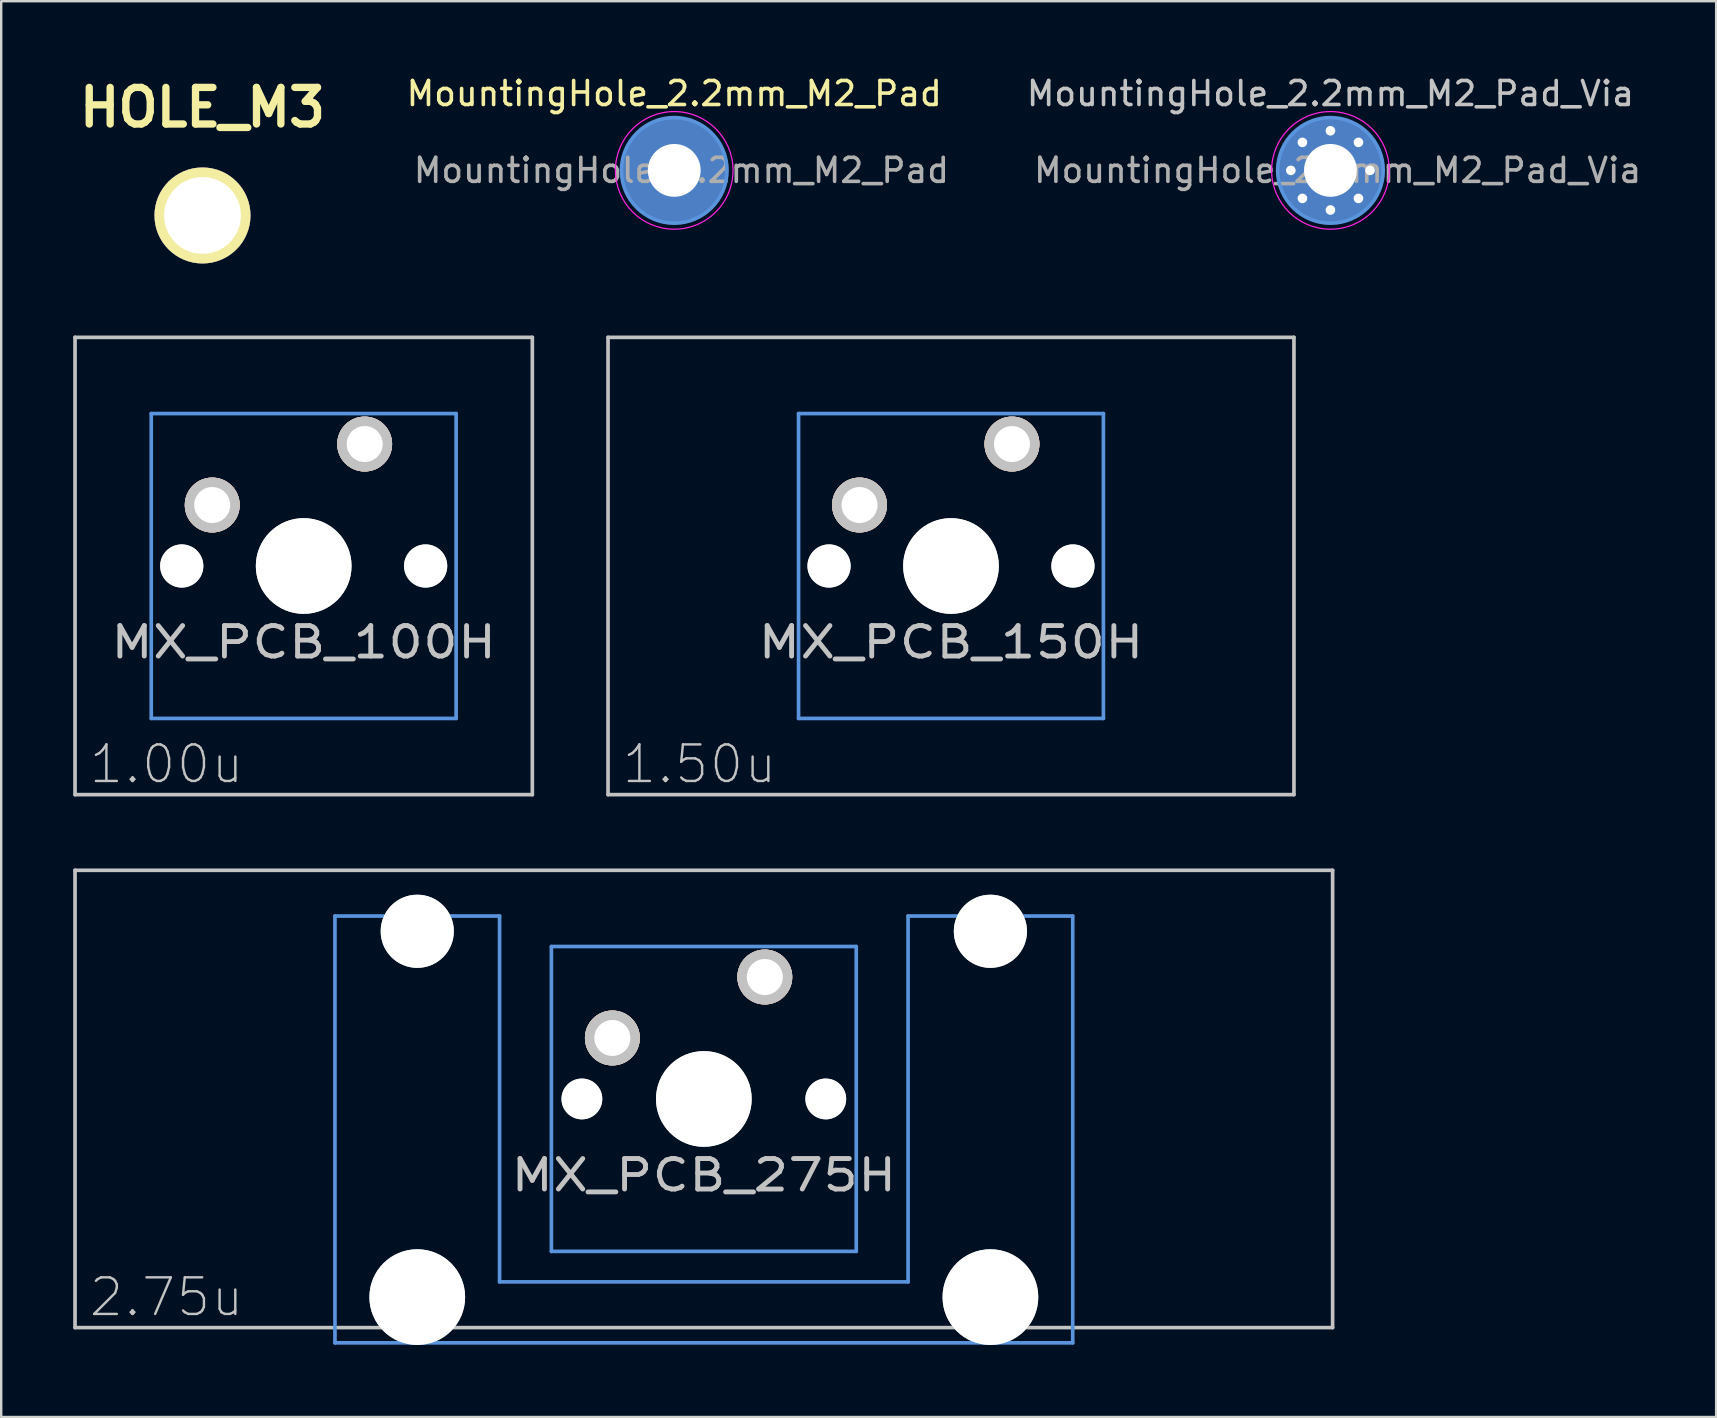
<source format=kicad_pcb>
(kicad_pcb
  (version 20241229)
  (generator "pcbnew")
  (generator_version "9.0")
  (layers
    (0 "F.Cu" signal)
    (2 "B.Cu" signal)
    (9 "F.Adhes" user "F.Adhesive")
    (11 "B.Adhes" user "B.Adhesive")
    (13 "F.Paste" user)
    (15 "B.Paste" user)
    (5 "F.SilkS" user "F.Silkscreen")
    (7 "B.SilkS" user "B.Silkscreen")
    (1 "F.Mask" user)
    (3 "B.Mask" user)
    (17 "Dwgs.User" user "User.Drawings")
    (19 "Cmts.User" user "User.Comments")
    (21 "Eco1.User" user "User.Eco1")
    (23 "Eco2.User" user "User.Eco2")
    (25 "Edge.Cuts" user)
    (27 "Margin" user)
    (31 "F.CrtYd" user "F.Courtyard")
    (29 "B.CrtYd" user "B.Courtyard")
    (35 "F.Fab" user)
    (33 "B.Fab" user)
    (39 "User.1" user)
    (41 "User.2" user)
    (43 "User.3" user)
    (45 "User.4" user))
  (footprint "MX_PCB_150H"
    (layer "F.Cu")
    (at 36.566 20.528)
    (property "Reference" "MX_PCB_150H" (at 0 3.175 0) (layer "Dwgs.User") (effects (font (size 1.27 1.524) (thickness 0.203))))
    (attr through_hole)
    (fp_line (start -14.287 -9.525) (end 14.287 -9.525) (stroke (width 0.152) (type solid)) (layer "Dwgs.User"))
    (fp_line (start -14.287 9.525) (end -14.287 -9.525) (stroke (width 0.152) (type solid)) (layer "Dwgs.User"))
    (fp_line (start 14.287 -9.525) (end 14.287 9.525) (stroke (width 0.152) (type solid)) (layer "Dwgs.User"))
    (fp_line (start 14.287 9.525) (end -14.287 9.525) (stroke (width 0.152) (type solid)) (layer "Dwgs.User"))
    (fp_line (start -6.35 -6.35) (end 6.35 -6.35) (stroke (width 0.152) (type solid)) (layer "Cmts.User"))
    (fp_line (start -6.35 6.35) (end -6.35 -6.35) (stroke (width 0.152) (type solid)) (layer "Cmts.User"))
    (fp_line (start 6.35 -6.35) (end 6.35 6.35) (stroke (width 0.152) (type solid)) (layer "Cmts.User"))
    (fp_line (start 6.35 6.35) (end -6.35 6.35) (stroke (width 0.152) (type solid)) (layer "Cmts.User"))
    (fp_curve (pts (xy -7 -6.001) (xy -7 -6.551) (xy -6.55 -7.001) (xy -6 -7.001)) (stroke (width 0.3) (type solid)) (layer "Eco2.User"))
    (fp_curve (pts (xy -7 5.999) (xy -7 5.999) (xy -7 -6.001) (xy -7 -6.001)) (stroke (width 0.3) (type solid)) (layer "Eco2.User"))
    (fp_curve (pts (xy -6 -7.001) (xy -6 -7.001) (xy 6 -7.001) (xy 6 -7.001)) (stroke (width 0.3) (type solid)) (layer "Eco2.User"))
    (fp_curve (pts (xy -6 6.999) (xy -6.55 6.999) (xy -7 6.549) (xy -7 5.999)) (stroke (width 0.3) (type solid)) (layer "Eco2.User"))
    (fp_curve (pts (xy 6 -7.001) (xy 6.55 -7.001) (xy 7 -6.551) (xy 7 -6.001)) (stroke (width 0.3) (type solid)) (layer "Eco2.User"))
    (fp_curve (pts (xy 6 6.999) (xy 6 6.999) (xy -6 6.999) (xy -6 6.999)) (stroke (width 0.3) (type solid)) (layer "Eco2.User"))
    (fp_curve (pts (xy 7 -6.001) (xy 7 -6.001) (xy 7 5.999) (xy 7 5.999)) (stroke (width 0.3) (type solid)) (layer "Eco2.User"))
    (fp_curve (pts (xy 7 5.999) (xy 7 6.549) (xy 6.55 6.999) (xy 6 6.999)) (stroke (width 0.3) (type solid)) (layer "Eco2.User"))
    (fp_text user "1.50u" (at -10.477 8.255 0) (layer "Dwgs.User") (effects (font (size 1.524 1.524) (thickness 0.1))))
    (pad "" np_thru_hole circle (at -5.08 0) (size 1.8 1.8) (drill 1.8) (layers "*.Cu" "Dwgs.User"))
    (pad "" np_thru_hole circle (at 0 0) (size 3.988 3.988) (drill 3.988) (layers "*.Cu" "Dwgs.User"))
    (pad "" np_thru_hole circle (at 5.08 0) (size 1.8 1.8) (drill 1.8) (layers "*.Cu" "Dwgs.User"))
    (pad "1" thru_hole circle (at 2.54 -5.08) (size 2.286 2.286) (drill 1.499) (layers "*.Cu" "*.SilkS" "*.Mask" "Dwgs.User"))
    (pad "2" thru_hole circle (at -3.81 -2.54) (size 2.286 2.286) (drill 1.499) (layers "*.Cu" "*.SilkS" "*.Mask" "Dwgs.User")))
  (footprint "MX_PCB_100H"
    (layer "F.Cu")
    (at 9.601 20.528)
    (property "Reference" "MX_PCB_100H" (at 0 3.175 0) (layer "Dwgs.User") (effects (font (size 1.27 1.524) (thickness 0.203))))
    (attr through_hole)
    (fp_line (start -9.525 -9.525) (end 9.525 -9.525) (stroke (width 0.152) (type solid)) (layer "Dwgs.User"))
    (fp_line (start -9.525 9.525) (end -9.525 -9.525) (stroke (width 0.152) (type solid)) (layer "Dwgs.User"))
    (fp_line (start 9.525 -9.525) (end 9.525 9.525) (stroke (width 0.152) (type solid)) (layer "Dwgs.User"))
    (fp_line (start 9.525 9.525) (end -9.525 9.525) (stroke (width 0.152) (type solid)) (layer "Dwgs.User"))
    (fp_line (start -6.35 -6.35) (end 6.35 -6.35) (stroke (width 0.152) (type solid)) (layer "Cmts.User"))
    (fp_line (start -6.35 6.35) (end -6.35 -6.35) (stroke (width 0.152) (type solid)) (layer "Cmts.User"))
    (fp_line (start 6.35 -6.35) (end 6.35 6.35) (stroke (width 0.152) (type solid)) (layer "Cmts.User"))
    (fp_line (start 6.35 6.35) (end -6.35 6.35) (stroke (width 0.152) (type solid)) (layer "Cmts.User"))
    (fp_curve (pts (xy -7 -6.001) (xy -7 -6.551) (xy -6.55 -7.001) (xy -6 -7.001)) (stroke (width 0.3) (type solid)) (layer "Eco2.User"))
    (fp_curve (pts (xy -7 5.999) (xy -7 5.999) (xy -7 -6.001) (xy -7 -6.001)) (stroke (width 0.3) (type solid)) (layer "Eco2.User"))
    (fp_curve (pts (xy -6 -7.001) (xy -6 -7.001) (xy 6 -7.001) (xy 6 -7.001)) (stroke (width 0.3) (type solid)) (layer "Eco2.User"))
    (fp_curve (pts (xy -6 6.999) (xy -6.55 6.999) (xy -7 6.549) (xy -7 5.999)) (stroke (width 0.3) (type solid)) (layer "Eco2.User"))
    (fp_curve (pts (xy 6 -7.001) (xy 6.55 -7.001) (xy 7 -6.551) (xy 7 -6.001)) (stroke (width 0.3) (type solid)) (layer "Eco2.User"))
    (fp_curve (pts (xy 6 6.999) (xy 6 6.999) (xy -6 6.999) (xy -6 6.999)) (stroke (width 0.3) (type solid)) (layer "Eco2.User"))
    (fp_curve (pts (xy 7 -6.001) (xy 7 -6.001) (xy 7 5.999) (xy 7 5.999)) (stroke (width 0.3) (type solid)) (layer "Eco2.User"))
    (fp_curve (pts (xy 7 5.999) (xy 7 6.549) (xy 6.55 6.999) (xy 6 6.999)) (stroke (width 0.3) (type solid)) (layer "Eco2.User"))
    (fp_text user "1.00u" (at -5.715 8.255 0) (layer "Dwgs.User") (effects (font (size 1.524 1.524) (thickness 0.1))))
    (pad "" np_thru_hole circle (at -5.08 0) (size 1.8 1.8) (drill 1.8) (layers "*.Cu" "Dwgs.User"))
    (pad "" np_thru_hole circle (at 0 0) (size 3.988 3.988) (drill 3.988) (layers "*.Cu" "Dwgs.User"))
    (pad "" np_thru_hole circle (at 5.08 0) (size 1.8 1.8) (drill 1.8) (layers "*.Cu" "Dwgs.User"))
    (pad "1" thru_hole circle (at 2.54 -5.08) (size 2.286 2.286) (drill 1.499) (layers "*.Cu" "*.SilkS" "*.Mask" "Dwgs.User"))
    (pad "2" thru_hole circle (at -3.81 -2.54) (size 2.286 2.286) (drill 1.499) (layers "*.Cu" "*.SilkS" "*.Mask" "Dwgs.User")))
  (footprint "MX_PCB_275H"
    (layer "F.Cu")
    (at 26.27 42.73)
    (property "Reference" "MX_PCB_275H" (at 0 3.175 0) (layer "Dwgs.User") (effects (font (size 1.27 1.524) (thickness 0.203))))
    (attr through_hole)
    (fp_line (start -26.194 -9.525) (end 26.194 -9.525) (stroke (width 0.152) (type solid)) (layer "Dwgs.User"))
    (fp_line (start -26.194 9.525) (end -26.194 -9.525) (stroke (width 0.152) (type solid)) (layer "Dwgs.User"))
    (fp_line (start 26.194 -9.525) (end 26.194 9.525) (stroke (width 0.152) (type solid)) (layer "Dwgs.User"))
    (fp_line (start 26.194 9.525) (end -26.194 9.525) (stroke (width 0.152) (type solid)) (layer "Dwgs.User"))
    (fp_line (start -15.367 -7.62) (end -15.367 10.16) (stroke (width 0.152) (type solid)) (layer "Cmts.User"))
    (fp_line (start -15.367 10.16) (end 15.367 10.16) (stroke (width 0.152) (type solid)) (layer "Cmts.User"))
    (fp_line (start -8.509 -7.62) (end -15.367 -7.62) (stroke (width 0.152) (type solid)) (layer "Cmts.User"))
    (fp_line (start -8.509 7.62) (end -8.509 -7.62) (stroke (width 0.152) (type solid)) (layer "Cmts.User"))
    (fp_line (start -6.35 -6.35) (end 6.35 -6.35) (stroke (width 0.152) (type solid)) (layer "Cmts.User"))
    (fp_line (start -6.35 6.35) (end -6.35 -6.35) (stroke (width 0.152) (type solid)) (layer "Cmts.User"))
    (fp_line (start 6.35 -6.35) (end 6.35 6.35) (stroke (width 0.152) (type solid)) (layer "Cmts.User"))
    (fp_line (start 6.35 6.35) (end -6.35 6.35) (stroke (width 0.152) (type solid)) (layer "Cmts.User"))
    (fp_line (start 8.509 -7.62) (end 8.509 7.62) (stroke (width 0.152) (type solid)) (layer "Cmts.User"))
    (fp_line (start 8.509 7.62) (end -8.509 7.62) (stroke (width 0.152) (type solid)) (layer "Cmts.User"))
    (fp_line (start 15.367 -7.62) (end 8.509 -7.62) (stroke (width 0.152) (type solid)) (layer "Cmts.User"))
    (fp_line (start 15.367 10.16) (end 15.367 -7.62) (stroke (width 0.152) (type solid)) (layer "Cmts.User"))
    (fp_curve (pts (xy -15.46 -7.995) (xy -15.46 -7.995) (xy -15.46 8.005) (xy -15.46 8.005)) (stroke (width 0.3) (type solid)) (layer "Eco2.User"))
    (fp_curve (pts (xy -15.46 8.005) (xy -15.46 8.555) (xy -15.01 9.005) (xy -14.46 9.005)) (stroke (width 0.3) (type solid)) (layer "Eco2.User"))
    (fp_curve (pts (xy -14.46 -8.995) (xy -15.01 -8.995) (xy -15.46 -8.545) (xy -15.46 -7.995)) (stroke (width 0.3) (type solid)) (layer "Eco2.User"))
    (fp_curve (pts (xy -14.46 9.005) (xy -14.46 9.005) (xy -9.41 9.005) (xy -9.41 9.005)) (stroke (width 0.3) (type solid)) (layer "Eco2.User"))
    (fp_curve (pts (xy -9.41 -8.995) (xy -9.41 -8.995) (xy -14.46 -8.995) (xy -14.46 -8.995)) (stroke (width 0.3) (type solid)) (layer "Eco2.User"))
    (fp_curve (pts (xy -9.41 9.005) (xy -8.86 9.005) (xy -8.41 8.555) (xy -8.41 8.005)) (stroke (width 0.3) (type solid)) (layer "Eco2.User"))
    (fp_curve (pts (xy -8.41 -7.995) (xy -8.41 -8.545) (xy -8.86 -8.995) (xy -9.41 -8.995)) (stroke (width 0.3) (type solid)) (layer "Eco2.User"))
    (fp_curve (pts (xy -8.41 8.005) (xy -8.41 8.005) (xy -8.41 -7.995) (xy -8.41 -7.995)) (stroke (width 0.3) (type solid)) (layer "Eco2.User"))
    (fp_curve (pts (xy -7 -6.001) (xy -7 -6.551) (xy -6.55 -7.001) (xy -6 -7.001)) (stroke (width 0.3) (type solid)) (layer "Eco2.User"))
    (fp_curve (pts (xy -7 5.999) (xy -7 5.999) (xy -7 -6.001) (xy -7 -6.001)) (stroke (width 0.3) (type solid)) (layer "Eco2.User"))
    (fp_curve (pts (xy -6 -7.001) (xy -6 -7.001) (xy 6 -7.001) (xy 6 -7.001)) (stroke (width 0.3) (type solid)) (layer "Eco2.User"))
    (fp_curve (pts (xy -6 6.999) (xy -6.55 6.999) (xy -7 6.549) (xy -7 5.999)) (stroke (width 0.3) (type solid)) (layer "Eco2.User"))
    (fp_curve (pts (xy 6 -7.001) (xy 6.55 -7.001) (xy 7 -6.551) (xy 7 -6.001)) (stroke (width 0.3) (type solid)) (layer "Eco2.User"))
    (fp_curve (pts (xy 6 6.999) (xy 6 6.999) (xy -6 6.999) (xy -6 6.999)) (stroke (width 0.3) (type solid)) (layer "Eco2.User"))
    (fp_curve (pts (xy 7 -6.001) (xy 7 -6.001) (xy 7 5.999) (xy 7 5.999)) (stroke (width 0.3) (type solid)) (layer "Eco2.User"))
    (fp_curve (pts (xy 7 5.999) (xy 7 6.549) (xy 6.55 6.999) (xy 6 6.999)) (stroke (width 0.3) (type solid)) (layer "Eco2.User"))
    (fp_curve (pts (xy 8.406 -7.995) (xy 8.406 -8.545) (xy 8.856 -8.995) (xy 9.406 -8.995)) (stroke (width 0.3) (type solid)) (layer "Eco2.User"))
    (fp_curve (pts (xy 8.406 8.005) (xy 8.406 8.005) (xy 8.406 -7.995) (xy 8.406 -7.995)) (stroke (width 0.3) (type solid)) (layer "Eco2.User"))
    (fp_curve (pts (xy 9.406 -8.995) (xy 9.406 -8.995) (xy 14.456 -8.995) (xy 14.456 -8.995)) (stroke (width 0.3) (type solid)) (layer "Eco2.User"))
    (fp_curve (pts (xy 9.406 9.005) (xy 8.856 9.005) (xy 8.406 8.555) (xy 8.406 8.005)) (stroke (width 0.3) (type solid)) (layer "Eco2.User"))
    (fp_curve (pts (xy 14.456 -8.995) (xy 15.006 -8.995) (xy 15.456 -8.545) (xy 15.456 -7.995)) (stroke (width 0.3) (type solid)) (layer "Eco2.User"))
    (fp_curve (pts (xy 14.456 9.005) (xy 14.456 9.005) (xy 9.406 9.005) (xy 9.406 9.005)) (stroke (width 0.3) (type solid)) (layer "Eco2.User"))
    (fp_curve (pts (xy 15.456 -7.995) (xy 15.456 -7.995) (xy 15.456 8.005) (xy 15.456 8.005)) (stroke (width 0.3) (type solid)) (layer "Eco2.User"))
    (fp_curve (pts (xy 15.456 8.005) (xy 15.456 8.555) (xy 15.006 9.005) (xy 14.456 9.005)) (stroke (width 0.3) (type solid)) (layer "Eco2.User"))
    (fp_text user "2.75u" (at -22.385 8.255 0) (layer "Dwgs.User") (effects (font (size 1.524 1.524) (thickness 0.1))))
    (pad "" np_thru_hole circle (at -11.938 -6.985) (size 3.048 3.048) (drill 3.048) (layers "*.Cu" "Dwgs.User"))
    (pad "" np_thru_hole circle (at -11.938 8.255) (size 3.988 3.988) (drill 3.988) (layers "*.Cu" "Dwgs.User"))
    (pad "" np_thru_hole circle (at -5.08 0) (size 1.7 1.7) (drill 1.7) (layers "*.Cu" "Dwgs.User"))
    (pad "" np_thru_hole circle (at 0 0) (size 3.988 3.988) (drill 3.988) (layers "*.Cu" "Dwgs.User"))
    (pad "" np_thru_hole circle (at 5.08 0) (size 1.7 1.7) (drill 1.7) (layers "*.Cu" "Dwgs.User"))
    (pad "" np_thru_hole circle (at 11.938 -6.985) (size 3.048 3.048) (drill 3.048) (layers "*.Cu" "Dwgs.User"))
    (pad "" np_thru_hole circle (at 11.938 8.255) (size 3.988 3.988) (drill 3.988) (layers "*.Cu" "Dwgs.User"))
    (pad "1" thru_hole circle (at 2.54 -5.08) (size 2.286 2.286) (drill 1.499) (layers "*.Cu" "*.SilkS" "*.Mask" "Dwgs.User"))
    (pad "2" thru_hole circle (at -3.81 -2.54) (size 2.286 2.286) (drill 1.499) (layers "*.Cu" "*.SilkS" "*.Mask" "Dwgs.User")))
  (footprint "MountingHole_2.2mm_M2_Pad_Via"
    (layer "F.Cu")
    (at 52.373 4.048)
    (property "Reference" "MountingHole_2.2mm_M2_Pad_Via" (at 0 -3.2 0) (layer "Dwgs.User") (effects (font (size 1 1) (thickness 0.15))))
    (attr exclude_from_pos_files exclude_from_bom)
    (fp_circle (center 0 0) (end 2.2 0) (stroke (width 0.15) (type solid)) (fill no) (layer "Cmts.User"))
    (fp_circle (center 0 0) (end 2.45 0) (stroke (width 0.05) (type solid)) (fill no) (layer "F.CrtYd"))
    (fp_text user "${REFERENCE}" (at 0.3 0 0) (layer "F.Fab") (effects (font (size 1 1) (thickness 0.15))))
    (pad "1" thru_hole circle (at -1.65 0) (size 0.7 0.7) (drill 0.4) (layers "*.Cu" "*.Mask"))
    (pad "1" thru_hole circle (at -1.167 -1.167) (size 0.7 0.7) (drill 0.4) (layers "*.Cu" "*.Mask"))
    (pad "1" thru_hole circle (at -1.167 1.167) (size 0.7 0.7) (drill 0.4) (layers "*.Cu" "*.Mask"))
    (pad "1" thru_hole circle (at 0 -1.65) (size 0.7 0.7) (drill 0.4) (layers "*.Cu" "*.Mask"))
    (pad "1" thru_hole circle (at 0 0) (size 4.4 4.4) (drill 2.2) (layers "*.Cu" "*.Mask"))
    (pad "1" thru_hole circle (at 0 1.65) (size 0.7 0.7) (drill 0.4) (layers "*.Cu" "*.Mask"))
    (pad "1" thru_hole circle (at 1.167 -1.167) (size 0.7 0.7) (drill 0.4) (layers "*.Cu" "*.Mask"))
    (pad "1" thru_hole circle (at 1.167 1.167) (size 0.7 0.7) (drill 0.4) (layers "*.Cu" "*.Mask"))
    (pad "1" thru_hole circle (at 1.65 0) (size 0.7 0.7) (drill 0.4) (layers "*.Cu" "*.Mask")))
  (footprint "MountingHole_2.2mm_M2_Pad"
    (layer "F.Cu")
    (at 25.037 4.048)
    (property "Reference" "MountingHole_2.2mm_M2_Pad" (at 0 -3.2 0) (layer "F.SilkS") (effects (font (size 1 1) (thickness 0.15))))
    (attr exclude_from_pos_files exclude_from_bom)
    (fp_circle (center 0 0) (end 2.2 0) (stroke (width 0.15) (type solid)) (fill no) (layer "Cmts.User"))
    (fp_circle (center 0 0) (end 2.45 0) (stroke (width 0.05) (type solid)) (fill no) (layer "F.CrtYd"))
    (fp_text user "${REFERENCE}" (at 0.3 0 0) (layer "F.Fab") (effects (font (size 1 1) (thickness 0.15))))
    (pad "1" thru_hole circle (at 0 0) (size 4.4 4.4) (drill 2.2) (layers "*.Cu" "*.Mask")))
  (footprint "HOLE_M3"
    (layer "F.Cu")
    (at 5.385 5.926)
    (property "Reference" "HOLE_M3" (at 0 -4.5 0) (layer "F.SilkS") (effects (font (size 1.524 1.524) (thickness 0.305))))
    (attr through_hole)
    (pad "1" thru_hole circle (at 0 0) (size 4 4) (drill 3.2) (layers "*.Cu" "*.Mask" "F.SilkS")))
  (gr_rect
    (start -3 -3)
    (end 68.441 55.979)
    (stroke (width 0.1) (type default))
    (fill no)
    (layer "Edge.Cuts")))
</source>
